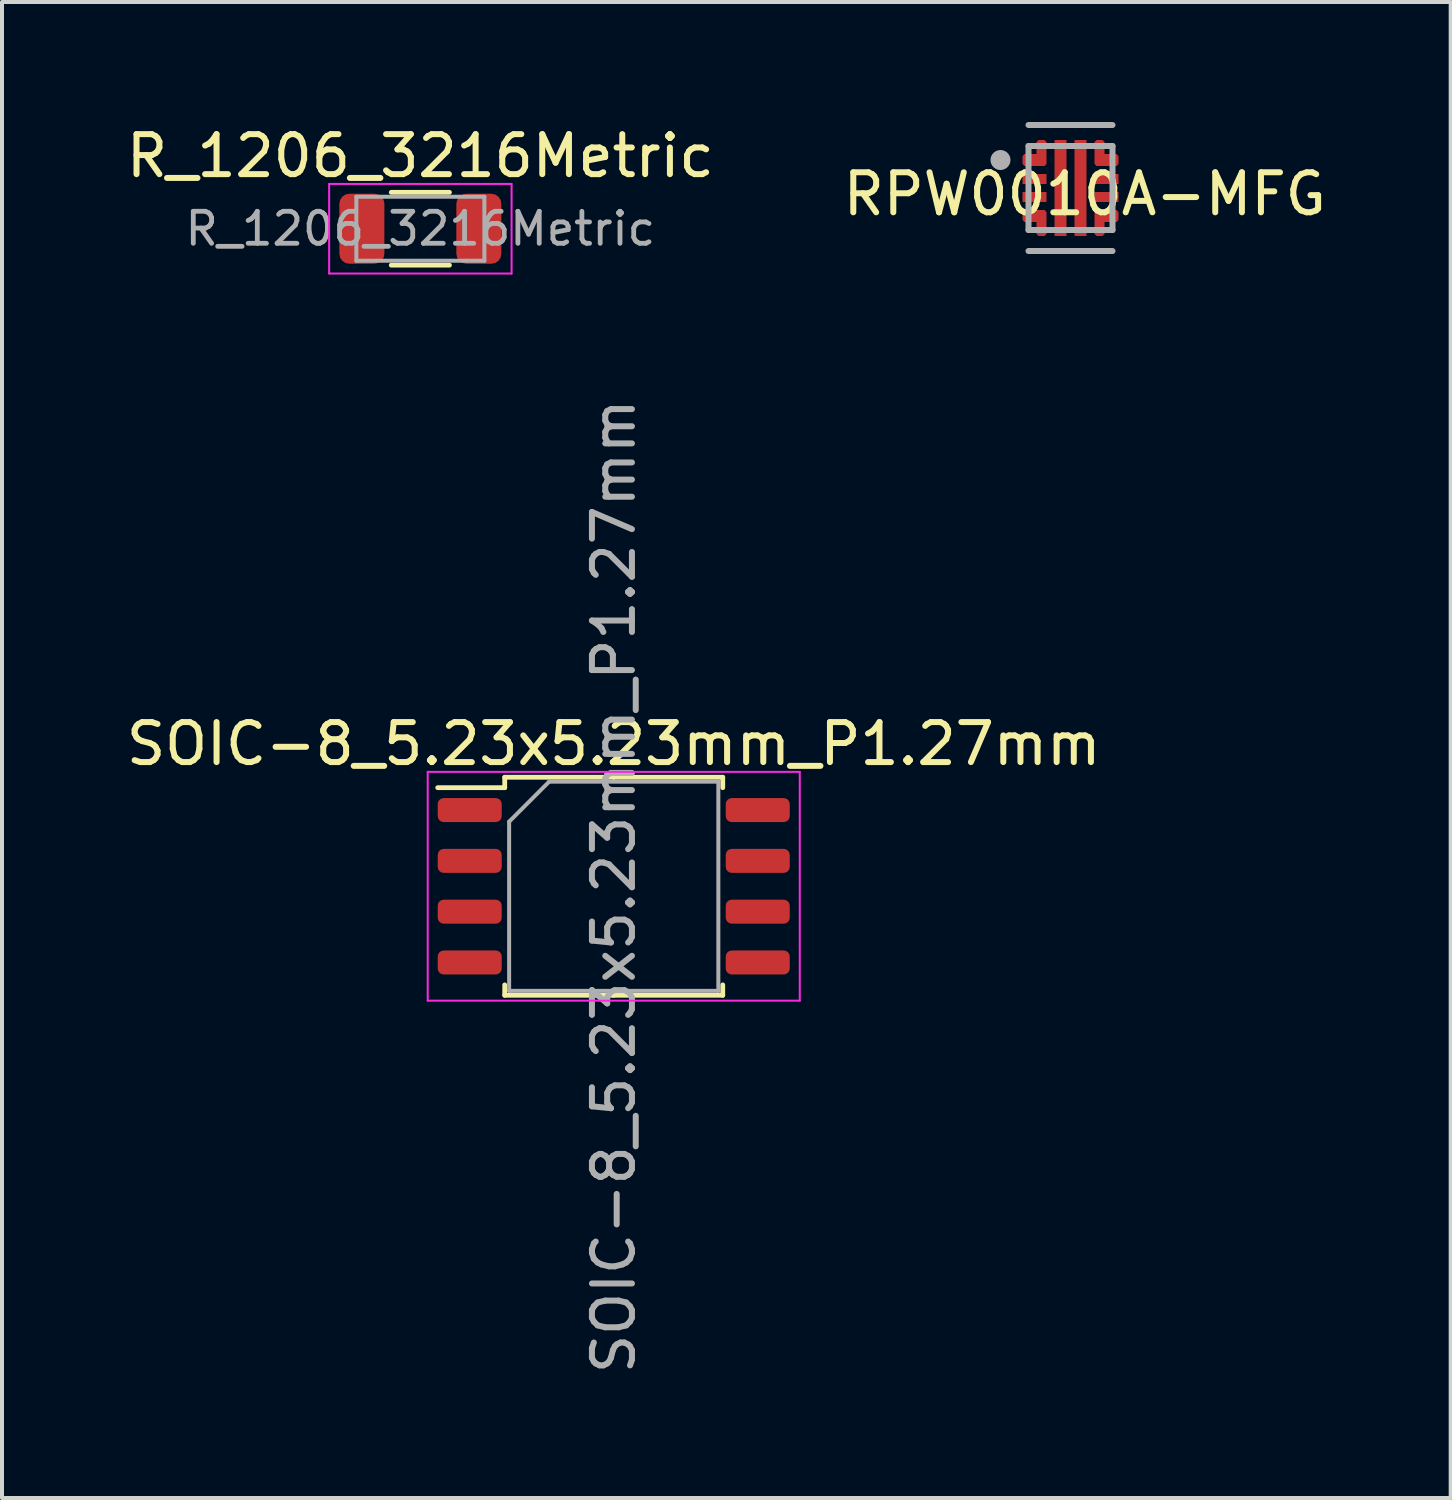
<source format=kicad_pcb>
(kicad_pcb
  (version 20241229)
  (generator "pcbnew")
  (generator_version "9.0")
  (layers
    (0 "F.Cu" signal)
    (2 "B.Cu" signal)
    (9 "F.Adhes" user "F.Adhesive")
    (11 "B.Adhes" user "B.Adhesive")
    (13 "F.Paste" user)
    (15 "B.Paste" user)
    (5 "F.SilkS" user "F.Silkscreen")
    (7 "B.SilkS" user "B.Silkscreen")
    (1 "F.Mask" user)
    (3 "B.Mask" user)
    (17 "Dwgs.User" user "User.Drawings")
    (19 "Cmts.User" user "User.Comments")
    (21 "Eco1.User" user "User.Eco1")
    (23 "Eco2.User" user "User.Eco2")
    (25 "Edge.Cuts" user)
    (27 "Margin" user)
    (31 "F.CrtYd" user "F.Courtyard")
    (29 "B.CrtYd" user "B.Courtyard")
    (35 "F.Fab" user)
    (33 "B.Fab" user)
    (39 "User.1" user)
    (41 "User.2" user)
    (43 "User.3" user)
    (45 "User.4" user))
  (footprint "SOIC-8_5.23x5.23mm_P1.27mm"
    (layer "F.Cu")
    (at 12.292 19.105)
    (property "Reference" "SOIC-8_5.23x5.23mm_P1.27mm" (at 0 -3.56 0) (layer "F.SilkS") (effects (font (size 1 1) (thickness 0.15))))
    (attr smd)
    (fp_line (start -2.725 -2.725) (end -2.725 -2.465) (stroke (width 0.12) (type solid)) (layer "F.SilkS"))
    (fp_line (start -2.725 -2.465) (end -4.4 -2.465) (stroke (width 0.12) (type solid)) (layer "F.SilkS"))
    (fp_line (start -2.725 2.725) (end -2.725 2.465) (stroke (width 0.12) (type solid)) (layer "F.SilkS"))
    (fp_line (start 0 -2.725) (end -2.725 -2.725) (stroke (width 0.12) (type solid)) (layer "F.SilkS"))
    (fp_line (start 0 -2.725) (end 2.725 -2.725) (stroke (width 0.12) (type solid)) (layer "F.SilkS"))
    (fp_line (start 0 2.725) (end -2.725 2.725) (stroke (width 0.12) (type solid)) (layer "F.SilkS"))
    (fp_line (start 0 2.725) (end 2.725 2.725) (stroke (width 0.12) (type solid)) (layer "F.SilkS"))
    (fp_line (start 2.725 -2.725) (end 2.725 -2.465) (stroke (width 0.12) (type solid)) (layer "F.SilkS"))
    (fp_line (start 2.725 2.725) (end 2.725 2.465) (stroke (width 0.12) (type solid)) (layer "F.SilkS"))
    (fp_line (start -4.65 -2.86) (end -4.65 2.86) (stroke (width 0.05) (type solid)) (layer "F.CrtYd"))
    (fp_line (start -4.65 2.86) (end 4.65 2.86) (stroke (width 0.05) (type solid)) (layer "F.CrtYd"))
    (fp_line (start 4.65 -2.86) (end -4.65 -2.86) (stroke (width 0.05) (type solid)) (layer "F.CrtYd"))
    (fp_line (start 4.65 2.86) (end 4.65 -2.86) (stroke (width 0.05) (type solid)) (layer "F.CrtYd"))
    (fp_line (start -2.615 -1.615) (end -1.615 -2.615) (stroke (width 0.1) (type solid)) (layer "F.Fab"))
    (fp_line (start -2.615 2.615) (end -2.615 -1.615) (stroke (width 0.1) (type solid)) (layer "F.Fab"))
    (fp_line (start -1.615 -2.615) (end 2.615 -2.615) (stroke (width 0.1) (type solid)) (layer "F.Fab"))
    (fp_line (start 2.615 -2.615) (end 2.615 2.615) (stroke (width 0.1) (type solid)) (layer "F.Fab"))
    (fp_line (start 2.615 2.615) (end -2.615 2.615) (stroke (width 0.1) (type solid)) (layer "F.Fab"))
    (fp_text user "${REFERENCE}" (at 0 0 90) (layer "F.Fab") (effects (font (size 1 1) (thickness 0.15))))
    (pad "1" smd roundrect (at -3.6 -1.905) (size 1.6 0.6) (layers "F.Cu" "F.Mask" "F.Paste") (roundrect_rratio 0.25))
    (pad "2" smd roundrect (at -3.6 -0.635) (size 1.6 0.6) (layers "F.Cu" "F.Mask" "F.Paste") (roundrect_rratio 0.25))
    (pad "3" smd roundrect (at -3.6 0.635) (size 1.6 0.6) (layers "F.Cu" "F.Mask" "F.Paste") (roundrect_rratio 0.25))
    (pad "4" smd roundrect (at -3.6 1.905) (size 1.6 0.6) (layers "F.Cu" "F.Mask" "F.Paste") (roundrect_rratio 0.25))
    (pad "5" smd roundrect (at 3.6 1.905) (size 1.6 0.6) (layers "F.Cu" "F.Mask" "F.Paste") (roundrect_rratio 0.25))
    (pad "6" smd roundrect (at 3.6 0.635) (size 1.6 0.6) (layers "F.Cu" "F.Mask" "F.Paste") (roundrect_rratio 0.25))
    (pad "7" smd roundrect (at 3.6 -0.635) (size 1.6 0.6) (layers "F.Cu" "F.Mask" "F.Paste") (roundrect_rratio 0.25))
    (pad "8" smd roundrect (at 3.6 -1.905) (size 1.6 0.6) (layers "F.Cu" "F.Mask" "F.Paste") (roundrect_rratio 0.25)))
  (footprint "R_1206_3216Metric"
    (layer "F.Cu")
    (at 7.458 2.668)
    (property "Reference" "R_1206_3216Metric" (at 0 -1.82 0) (layer "F.SilkS") (effects (font (size 1 1) (thickness 0.15))))
    (attr smd)
    (fp_line (start -0.727 -0.91) (end 0.727 -0.91) (stroke (width 0.12) (type solid)) (layer "F.SilkS"))
    (fp_line (start -0.727 0.91) (end 0.727 0.91) (stroke (width 0.12) (type solid)) (layer "F.SilkS"))
    (fp_line (start -2.28 -1.12) (end 2.28 -1.12) (stroke (width 0.05) (type solid)) (layer "F.CrtYd"))
    (fp_line (start -2.28 1.12) (end -2.28 -1.12) (stroke (width 0.05) (type solid)) (layer "F.CrtYd"))
    (fp_line (start 2.28 -1.12) (end 2.28 1.12) (stroke (width 0.05) (type solid)) (layer "F.CrtYd"))
    (fp_line (start 2.28 1.12) (end -2.28 1.12) (stroke (width 0.05) (type solid)) (layer "F.CrtYd"))
    (fp_line (start -1.6 -0.8) (end 1.6 -0.8) (stroke (width 0.1) (type solid)) (layer "F.Fab"))
    (fp_line (start -1.6 0.8) (end -1.6 -0.8) (stroke (width 0.1) (type solid)) (layer "F.Fab"))
    (fp_line (start 1.6 -0.8) (end 1.6 0.8) (stroke (width 0.1) (type solid)) (layer "F.Fab"))
    (fp_line (start 1.6 0.8) (end -1.6 0.8) (stroke (width 0.1) (type solid)) (layer "F.Fab"))
    (fp_text user "${REFERENCE}" (at 0 0 0) (layer "F.Fab") (effects (font (size 0.8 0.8) (thickness 0.12))))
    (pad "1" smd roundrect (at -1.462 0) (size 1.125 1.75) (layers "F.Cu" "F.Mask" "F.Paste") (roundrect_rratio 0.222))
    (pad "2" smd roundrect (at 1.462 0) (size 1.125 1.75) (layers "F.Cu" "F.Mask" "F.Paste") (roundrect_rratio 0.222)))
  (footprint "RPW0010A-MFG"
    (layer "F.Cu")
    (at 23.71 1.65)
    (property "Reference" "RPW0010A-MFG" (at 0.356 0.152 0) (unlocked yes) (layer "F.SilkS") (effects (font (size 1 1) (thickness 0.15))))
    (attr smd)
    (fp_poly (pts (xy -0.85 0.85) (xy -1.15 0.85) (xy -1.2 0.8) (xy -1.2 0.6) (xy -1.15 0.55) (xy -0.65 0.55) (xy -0.6 0.6) (xy -0.6 1.15) (xy -0.65 1.2) (xy -0.8 1.2) (xy -0.85 1.15)) (stroke (width 0) (type solid)) (fill yes) (layer "F.Mask"))
    (fp_poly (pts (xy 0.85 -0.85) (xy 1.15 -0.85) (xy 1.2 -0.8) (xy 1.2 -0.6) (xy 1.15 -0.55) (xy 0.65 -0.55) (xy 0.6 -0.6) (xy 0.6 -1.15) (xy 0.65 -1.2) (xy 0.8 -1.2) (xy 0.85 -1.15)) (stroke (width 0) (type solid)) (fill yes) (layer "F.Mask"))
    (fp_poly (pts (xy -0.34 1.16) (xy -0.39 1.11) (xy -0.39 0.15) (xy -0.34 0.1) (xy -0.16 0.1) (xy -0.11 0.15) (xy -0.11 1.11) (xy -0.16 1.16)) (stroke (width 0) (type solid)) (fill yes) (layer "F.Paste"))
    (fp_poly (pts (xy -0.11 -1.11) (xy -0.11 -0.15) (xy -0.16 -0.1) (xy -0.34 -0.1) (xy -0.39 -0.15) (xy -0.39 -1.11) (xy -0.34 -1.16) (xy -0.16 -1.16)) (stroke (width 0) (type solid)) (fill yes) (layer "F.Paste"))
    (fp_poly (pts (xy 0.39 -0.15) (xy 0.34 -0.1) (xy 0.16 -0.1) (xy 0.11 -0.15) (xy 0.11 -1.11) (xy 0.16 -1.16) (xy 0.34 -1.16) (xy 0.39 -1.11)) (stroke (width 0) (type solid)) (fill yes) (layer "F.Paste"))
    (fp_poly (pts (xy 0.39 1.11) (xy 0.34 1.16) (xy 0.16 1.16) (xy 0.11 1.11) (xy 0.11 0.15) (xy 0.16 0.1) (xy 0.34 0.1) (xy 0.39 0.15)) (stroke (width 0) (type solid)) (fill yes) (layer "F.Paste"))
    (fp_poly (pts (xy -0.825 -0.825) (xy -0.825 -1.15) (xy -0.775 -1.2) (xy -0.65 -1.2) (xy -0.6 -1.15) (xy -0.6 -0.6) (xy -0.65 -0.55) (xy -1.15 -0.55) (xy -1.2 -0.6) (xy -1.2 -0.775) (xy -1.15 -0.825)) (stroke (width 0) (type solid)) (fill yes) (layer "F.Paste"))
    (fp_poly (pts (xy -0.825 0.825) (xy -0.825 1.15) (xy -0.775 1.2) (xy -0.65 1.2) (xy -0.6 1.15) (xy -0.6 0.6) (xy -0.65 0.55) (xy -1.15 0.55) (xy -1.2 0.6) (xy -1.2 0.775) (xy -1.15 0.825)) (stroke (width 0) (type solid)) (fill yes) (layer "F.Paste"))
    (fp_poly (pts (xy 0.825 -0.825) (xy 0.825 -1.15) (xy 0.775 -1.2) (xy 0.65 -1.2) (xy 0.6 -1.15) (xy 0.6 -0.6) (xy 0.65 -0.55) (xy 1.15 -0.55) (xy 1.2 -0.6) (xy 1.2 -0.775) (xy 1.15 -0.825)) (stroke (width 0) (type solid)) (fill yes) (layer "F.Paste"))
    (fp_poly (pts (xy 0.825 0.825) (xy 0.825 1.15) (xy 0.775 1.2) (xy 0.65 1.2) (xy 0.6 1.15) (xy 0.6 0.6) (xy 0.65 0.55) (xy 1.15 0.55) (xy 1.2 0.6) (xy 1.2 0.775) (xy 1.15 0.825)) (stroke (width 0) (type solid)) (fill yes) (layer "F.Paste"))
    (fp_line (start -1.05 -1.575) (end 1.05 -1.575) (stroke (width 0.15) (type solid)) (layer "F.Fab"))
    (fp_line (start -1.05 -1.05) (end 1.05 -1.05) (stroke (width 0.15) (type solid)) (layer "F.Fab"))
    (fp_line (start -1.05 1.05) (end -1.05 -1.05) (stroke (width 0.15) (type solid)) (layer "F.Fab"))
    (fp_line (start -1.05 1.05) (end 1.05 1.05) (stroke (width 0.15) (type solid)) (layer "F.Fab"))
    (fp_line (start -1.05 1.575) (end 1.05 1.575) (stroke (width 0.15) (type solid)) (layer "F.Fab"))
    (fp_line (start 1.05 1.05) (end 1.05 -1.05) (stroke (width 0.15) (type solid)) (layer "F.Fab"))
    (fp_circle (center -1.75 -0.7) (end -1.625 -0.7) (stroke (width 0.25) (type solid)) (fill no) (layer "F.Fab"))
    (pad "1" smd custom (at -0.75 -0.7) (size 0.27 0.27) (layers "F.Cu" "F.Mask") (options (anchor circle)) (primitives (gr_poly (pts (xy -0.1 -0.15) (xy -0.1 -0.45) (xy -0.05 -0.5) (xy 0.1 -0.5) (xy 0.15 -0.45) (xy 0.15 0.1) (xy 0.1 0.15) (xy -0.4 0.15) (xy -0.45 0.1) (xy -0.45 -0.1) (xy -0.4 -0.15)) (width 0) (fill yes))))
    (pad "2" smd rect (at -0.9 -0.225) (size 0.6 0.25) (layers "F.Cu" "F.Mask" "F.Paste"))
    (pad "3" smd rect (at -0.9 0.225) (size 0.6 0.25) (layers "F.Cu" "F.Mask" "F.Paste"))
    (pad "4" smd custom (at -0.75 0.75) (size 0.255 0.255) (layers "F.Cu" "F.Mask") (options (anchor circle)) (primitives (gr_poly (pts (xy -0.1 0.1) (xy -0.1 0.4) (xy -0.05 0.45) (xy 0.1 0.45) (xy 0.15 0.4) (xy 0.15 -0.15) (xy 0.1 -0.2) (xy -0.4 -0.2) (xy -0.45 -0.15) (xy -0.45 0.05) (xy -0.4 0.1)) (width 0) (fill yes))))
    (pad "5" smd rect (at -0.25 0) (size 0.3 2.4) (layers "F.Cu" "F.Mask"))
    (pad "6" smd rect (at 0.25 0) (size 0.3 2.4) (layers "F.Cu" "F.Mask"))
    (pad "7" smd custom (at 0.75 0.75) (size 0.255 0.255) (layers "F.Cu" "F.Mask") (options (anchor circle)) (primitives (gr_poly (pts (xy 0.1 0.1) (xy 0.1 0.4) (xy 0.05 0.45) (xy -0.1 0.45) (xy -0.15 0.4) (xy -0.15 -0.15) (xy -0.1 -0.2) (xy 0.4 -0.2) (xy 0.45 -0.15) (xy 0.45 0.05) (xy 0.4 0.1)) (width 0) (fill yes))))
    (pad "8" smd rect (at 0.9 0.225) (size 0.6 0.25) (layers "F.Cu" "F.Mask" "F.Paste"))
    (pad "9" smd rect (at 0.9 -0.225) (size 0.6 0.25) (layers "F.Cu" "F.Mask" "F.Paste"))
    (pad "10" smd custom (at 0.75 -0.7) (size 0.27 0.27) (layers "F.Cu" "F.Mask") (options (anchor circle)) (primitives (gr_poly (pts (xy 0.1 -0.15) (xy 0.1 -0.45) (xy 0.05 -0.5) (xy -0.1 -0.5) (xy -0.15 -0.45) (xy -0.15 0.1) (xy -0.1 0.15) (xy 0.4 0.15) (xy 0.45 0.1) (xy 0.45 -0.1) (xy 0.4 -0.15)) (width 0) (fill yes)))))
  (gr_rect
    (start -3 -3)
    (end 33.214 34.397)
    (stroke (width 0.1) (type default))
    (fill no)
    (layer "Edge.Cuts")))
</source>
